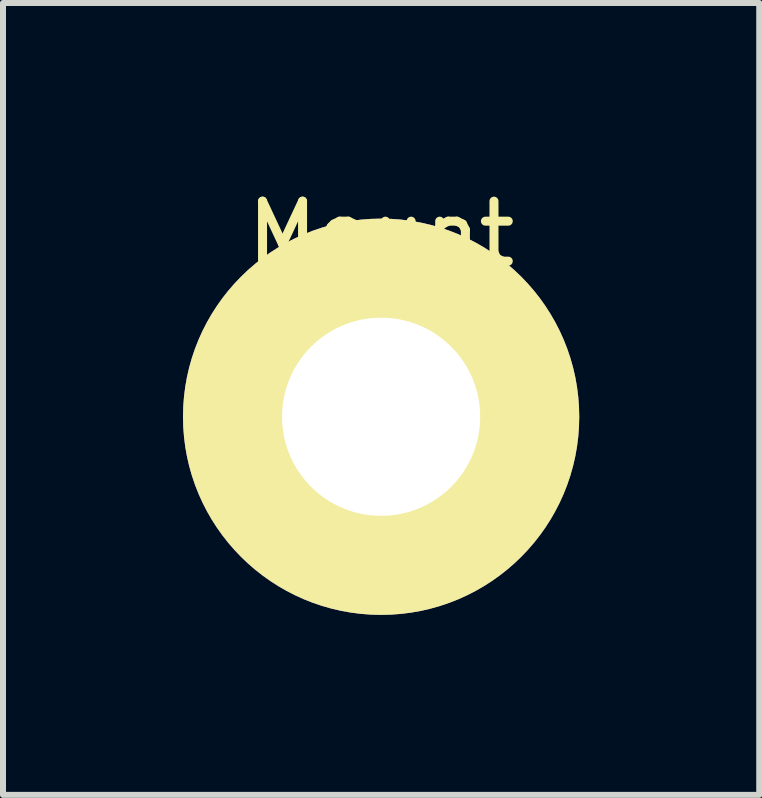
<source format=kicad_pcb>
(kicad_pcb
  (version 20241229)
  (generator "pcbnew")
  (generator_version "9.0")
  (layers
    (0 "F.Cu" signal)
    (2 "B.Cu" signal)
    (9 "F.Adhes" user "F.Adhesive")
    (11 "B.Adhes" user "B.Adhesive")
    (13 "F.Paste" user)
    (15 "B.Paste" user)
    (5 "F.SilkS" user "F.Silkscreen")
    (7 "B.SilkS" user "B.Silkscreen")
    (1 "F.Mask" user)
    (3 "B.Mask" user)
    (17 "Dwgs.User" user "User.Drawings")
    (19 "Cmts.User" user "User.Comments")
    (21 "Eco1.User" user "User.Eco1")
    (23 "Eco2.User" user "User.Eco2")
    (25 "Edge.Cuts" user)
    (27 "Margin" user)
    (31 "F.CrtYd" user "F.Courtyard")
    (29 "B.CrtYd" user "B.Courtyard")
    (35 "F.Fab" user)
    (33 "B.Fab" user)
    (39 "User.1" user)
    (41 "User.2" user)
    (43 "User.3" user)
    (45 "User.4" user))
  (footprint "Mount"
    (layer "F.Cu")
    (at 3.302 3.896)
    (property "Reference" "Mount" (at 0 -3.048 0) (layer "F.SilkS") (effects (font (size 1 1) (thickness 0.15))))
    (attr through_hole)
    (pad "" np_thru_hole circle (at 0 0) (size 6.604 6.604) (drill 3.302) (layers "*.Cu" "*.Mask" "F.SilkS")))
  (gr_rect
    (start -3 -3)
    (end 9.604 10.198)
    (stroke (width 0.1) (type default))
    (fill no)
    (layer "Edge.Cuts")))
</source>
